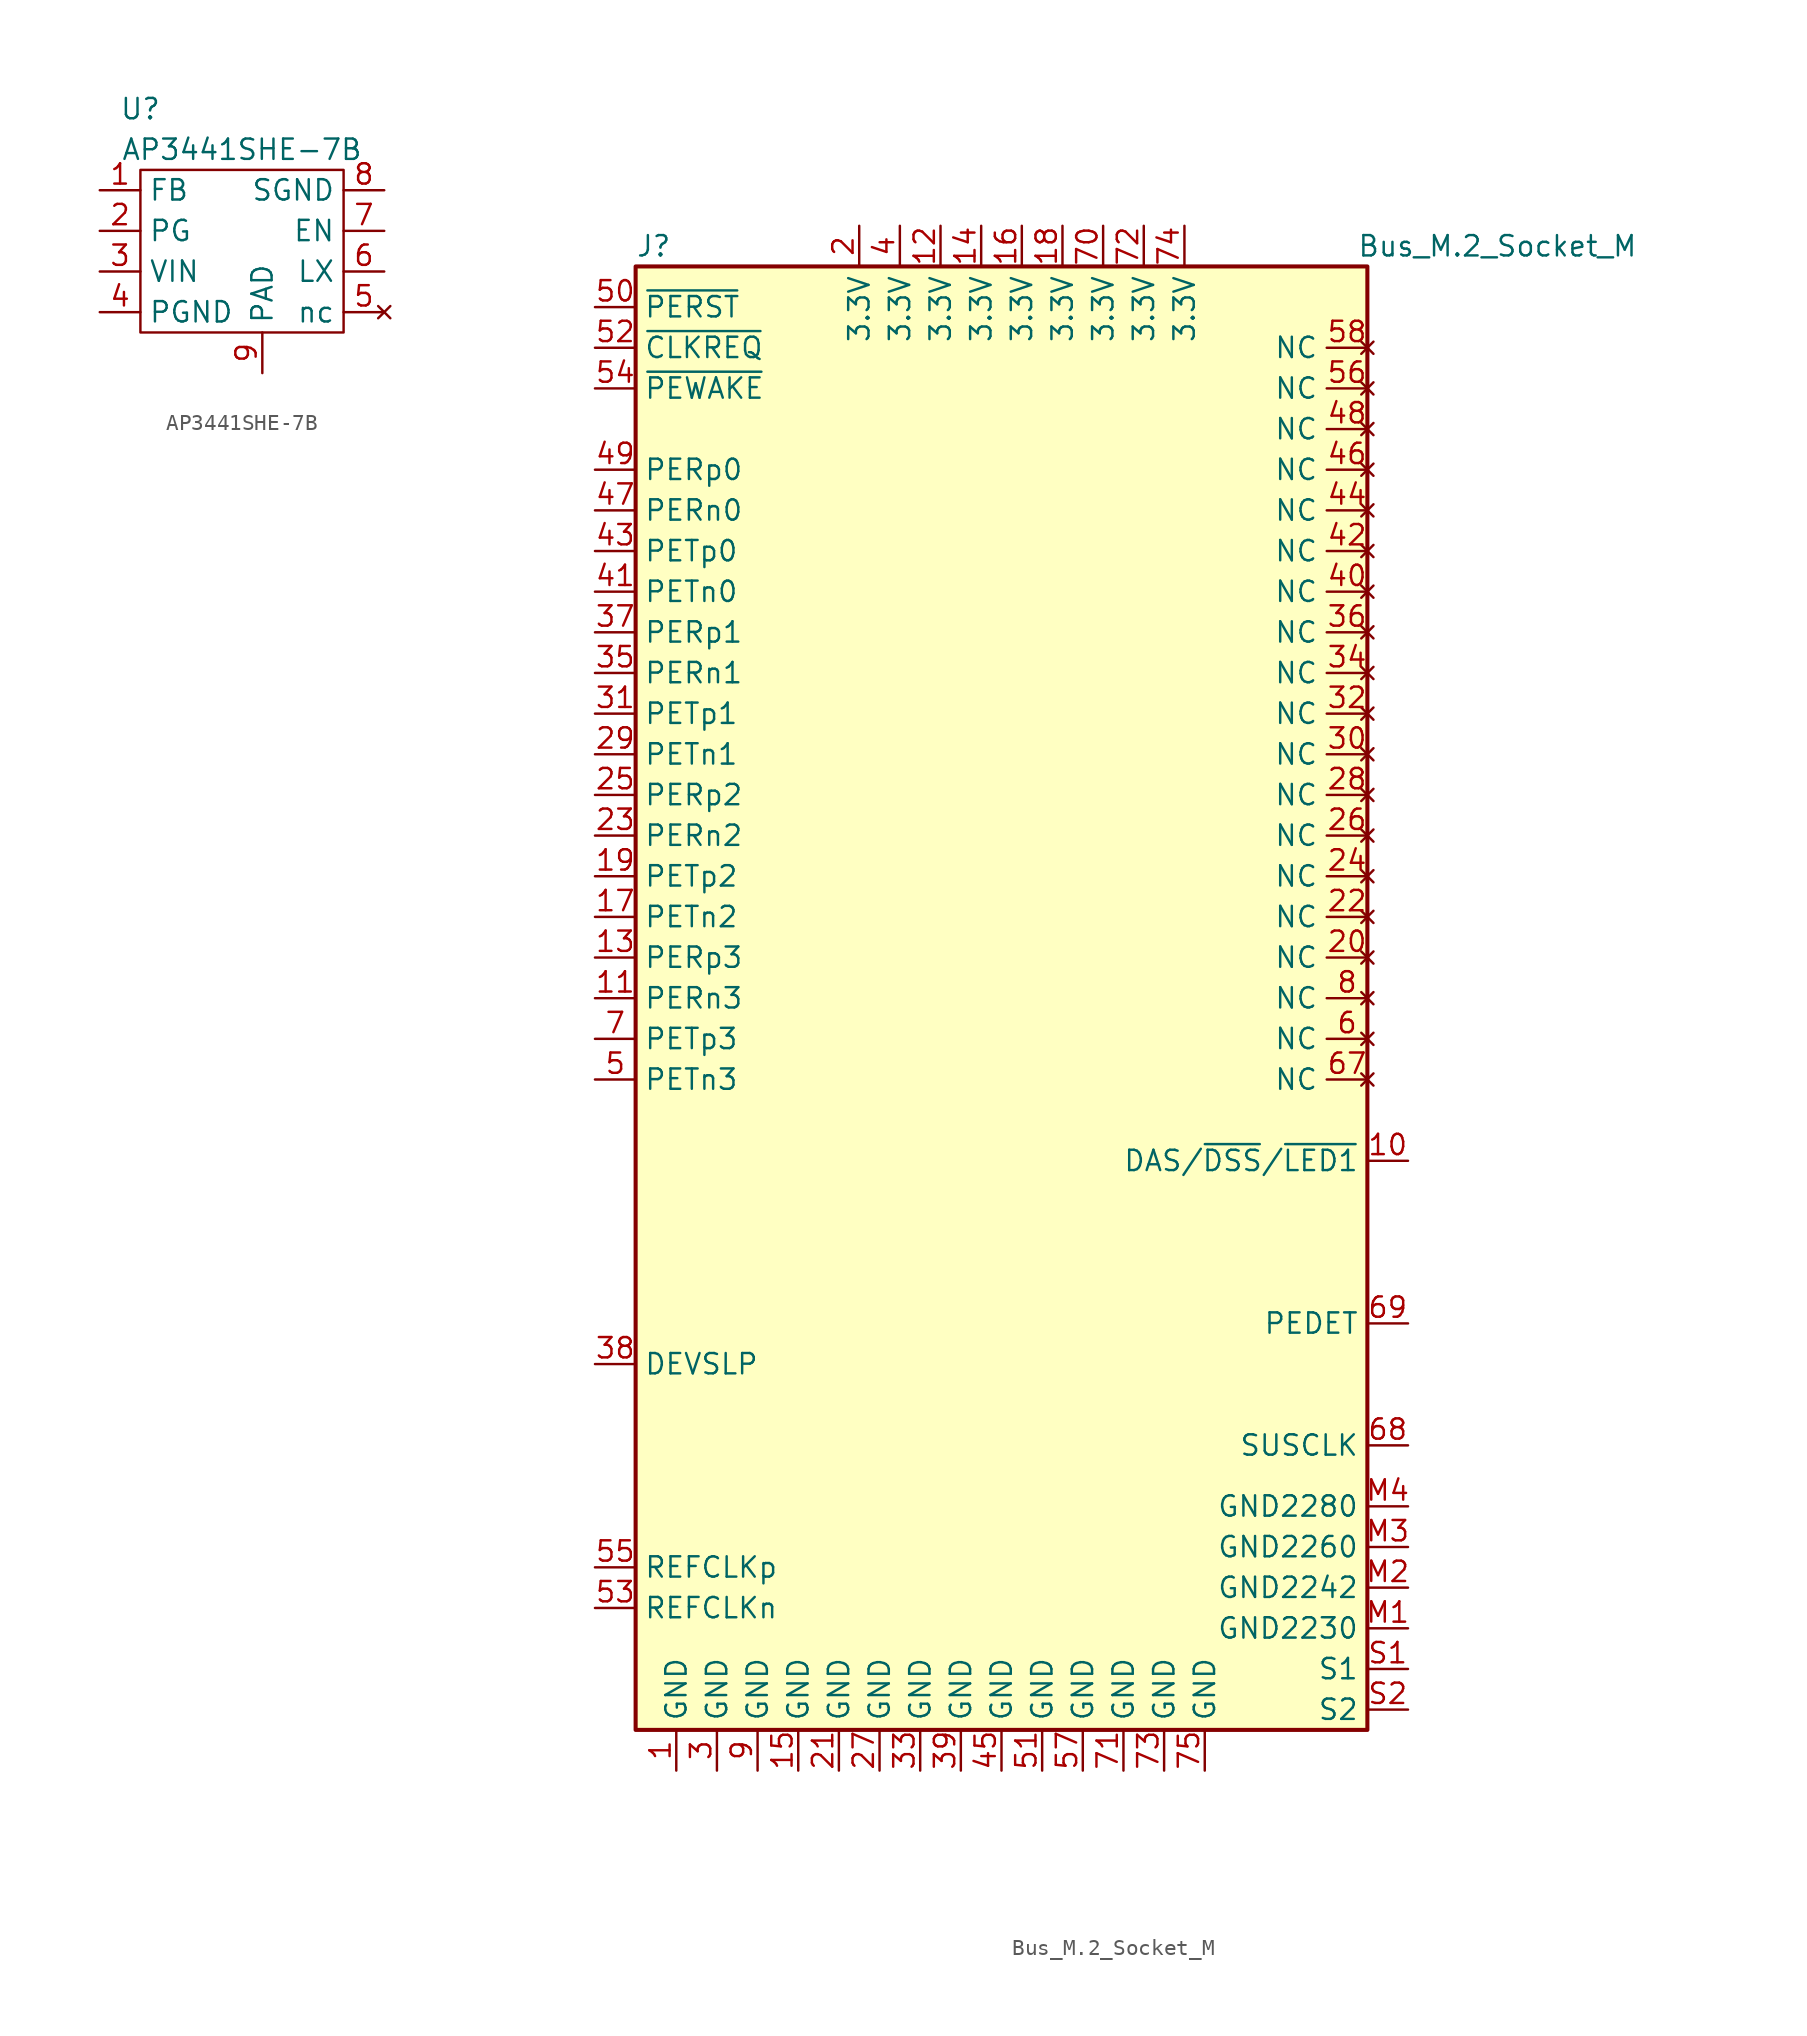
<source format=kicad_sym>
(kicad_symbol_lib
  (version 20241209)
  (generator "kicad_symbol_editor")
  (generator_version "9.0")
  (symbol "AP3441SHE-7B"
    (property "Reference" "U"
      (at -6.35 10.16 0)
      (effects (font (size 1.27 1.27))))
    (property "Value" "AP3441SHE-7B"
      (at 0 7.62 0)
      (effects (font (size 1.27 1.27))))
    (symbol "AP3441SHE-7B_0_1"
      (rectangle (start -6.35 6.35) (end 6.35 -3.81) (stroke (width 0) (type default)) (fill (type none))))
    (symbol "AP3441SHE-7B_1_1"
      (pin passive line (at -8.89 5.08 0) (length 2.54) (name "FB" (effects (font (size 1.27 1.27)))) (number "1" (effects (font (size 1.27 1.27)))))
      (pin open_collector line (at -8.89 2.54 0) (length 2.54) (name "PG" (effects (font (size 1.27 1.27)))) (number "2" (effects (font (size 1.27 1.27)))))
      (pin power_in line (at -8.89 0 0) (length 2.54) (name "VIN" (effects (font (size 1.27 1.27)))) (number "3" (effects (font (size 1.27 1.27)))))
      (pin power_in line (at -8.89 -2.54 0) (length 2.54) (name "PGND" (effects (font (size 1.27 1.27)))) (number "4" (effects (font (size 1.27 1.27)))))
      (pin input line (at 1.27 -6.35 90) (length 2.54) (name "PAD" (effects (font (size 1.27 1.27)))) (number "9" (effects (font (size 1.27 1.27)))))
      (pin power_in line (at 8.89 5.08 180) (length 2.54) (name "SGND" (effects (font (size 1.27 1.27)))) (number "8" (effects (font (size 1.27 1.27)))))
      (pin input line (at 8.89 2.54 180) (length 2.54) (name "EN" (effects (font (size 1.27 1.27)))) (number "7" (effects (font (size 1.27 1.27)))))
      (pin power_out line (at 8.89 0 180) (length 2.54) (name "LX" (effects (font (size 1.27 1.27)))) (number "6" (effects (font (size 1.27 1.27)))))
      (pin no_connect line (at 8.89 -2.54 180) (length 2.54) (name "nc" (effects (font (size 1.27 1.27)))) (number "5" (effects (font (size 1.27 1.27)))))))
  (symbol "Bus_M.2_Socket_M"
    (property "Reference" "J"
      (at -22.86 46.99 0)
      (effects (font (size 1.27 1.27)) (justify left)))
    (property "Value" "Bus_M.2_Socket_M"
      (at 30.988 46.99 0)
      (effects (font (size 1.27 1.27))))
    (symbol "Bus_M.2_Socket_M_0_1"
      (rectangle (start -22.86 45.72) (end 22.86 -45.72) (stroke (width 0.254) (type default)) (fill (type background))))
    (symbol "Bus_M.2_Socket_M_1_1"
      (pin input line (at -25.4 43.18 0) (length 2.54) (name "~{PERST}" (effects (font (size 1.27 1.27)))) (number "50" (effects (font (size 1.27 1.27)))))
      (pin bidirectional line (at -25.4 40.64 0) (length 2.54) (name "~{CLKREQ}" (effects (font (size 1.27 1.27)))) (number "52" (effects (font (size 1.27 1.27)))))
      (pin bidirectional line (at -25.4 38.1 0) (length 2.54) (name "~{PEWAKE}" (effects (font (size 1.27 1.27)))) (number "54" (effects (font (size 1.27 1.27)))))
      (pin input line (at -25.4 33.02 0) (length 2.54) (name "PERp0" (effects (font (size 1.27 1.27)))) (number "49" (effects (font (size 1.27 1.27)))))
      (pin input line (at -25.4 30.48 0) (length 2.54) (name "PERn0" (effects (font (size 1.27 1.27)))) (number "47" (effects (font (size 1.27 1.27)))))
      (pin output line (at -25.4 27.94 0) (length 2.54) (name "PETp0" (effects (font (size 1.27 1.27)))) (number "43" (effects (font (size 1.27 1.27)))))
      (pin output line (at -25.4 25.4 0) (length 2.54) (name "PETn0" (effects (font (size 1.27 1.27)))) (number "41" (effects (font (size 1.27 1.27)))))
      (pin input line (at -25.4 22.86 0) (length 2.54) (name "PERp1" (effects (font (size 1.27 1.27)))) (number "37" (effects (font (size 1.27 1.27)))))
      (pin input line (at -25.4 20.32 0) (length 2.54) (name "PERn1" (effects (font (size 1.27 1.27)))) (number "35" (effects (font (size 1.27 1.27)))))
      (pin output line (at -25.4 17.78 0) (length 2.54) (name "PETp1" (effects (font (size 1.27 1.27)))) (number "31" (effects (font (size 1.27 1.27)))))
      (pin output line (at -25.4 15.24 0) (length 2.54) (name "PETn1" (effects (font (size 1.27 1.27)))) (number "29" (effects (font (size 1.27 1.27)))))
      (pin input line (at -25.4 12.7 0) (length 2.54) (name "PERp2" (effects (font (size 1.27 1.27)))) (number "25" (effects (font (size 1.27 1.27)))))
      (pin input line (at -25.4 10.16 0) (length 2.54) (name "PERn2" (effects (font (size 1.27 1.27)))) (number "23" (effects (font (size 1.27 1.27)))))
      (pin output line (at -25.4 7.62 0) (length 2.54) (name "PETp2" (effects (font (size 1.27 1.27)))) (number "19" (effects (font (size 1.27 1.27)))))
      (pin output line (at -25.4 5.08 0) (length 2.54) (name "PETn2" (effects (font (size 1.27 1.27)))) (number "17" (effects (font (size 1.27 1.27)))))
      (pin input line (at -25.4 2.54 0) (length 2.54) (name "PERp3" (effects (font (size 1.27 1.27)))) (number "13" (effects (font (size 1.27 1.27)))))
      (pin input line (at -25.4 0 0) (length 2.54) (name "PERn3" (effects (font (size 1.27 1.27)))) (number "11" (effects (font (size 1.27 1.27)))))
      (pin output line (at -25.4 -2.54 0) (length 2.54) (name "PETp3" (effects (font (size 1.27 1.27)))) (number "7" (effects (font (size 1.27 1.27)))))
      (pin output line (at -25.4 -5.08 0) (length 2.54) (name "PETn3" (effects (font (size 1.27 1.27)))) (number "5" (effects (font (size 1.27 1.27)))))
      (pin input line (at -25.4 -22.86 0) (length 2.54) (name "DEVSLP" (effects (font (size 1.27 1.27)))) (number "38" (effects (font (size 1.27 1.27)))))
      (pin input line (at -25.4 -35.56 0) (length 2.54) (name "REFCLKp" (effects (font (size 1.27 1.27)))) (number "55" (effects (font (size 1.27 1.27)))))
      (pin input line (at -25.4 -38.1 0) (length 2.54) (name "REFCLKn" (effects (font (size 1.27 1.27)))) (number "53" (effects (font (size 1.27 1.27)))))
      (pin power_in line (at -20.32 -48.26 90) (length 2.54) (name "GND" (effects (font (size 1.27 1.27)))) (number "1" (effects (font (size 1.27 1.27)))))
      (pin power_in line (at -17.78 -48.26 90) (length 2.54) (name "GND" (effects (font (size 1.27 1.27)))) (number "3" (effects (font (size 1.27 1.27)))))
      (pin power_in line (at -15.24 -48.26 90) (length 2.54) (name "GND" (effects (font (size 1.27 1.27)))) (number "9" (effects (font (size 1.27 1.27)))))
      (pin power_in line (at -12.7 -48.26 90) (length 2.54) (name "GND" (effects (font (size 1.27 1.27)))) (number "15" (effects (font (size 1.27 1.27)))))
      (pin power_in line (at -10.16 -48.26 90) (length 2.54) (name "GND" (effects (font (size 1.27 1.27)))) (number "21" (effects (font (size 1.27 1.27)))))
      (pin power_in line (at -8.89 48.26 270) (length 2.54) (name "3.3V" (effects (font (size 1.27 1.27)))) (number "2" (effects (font (size 1.27 1.27)))))
      (pin power_in line (at -7.62 -48.26 90) (length 2.54) (name "GND" (effects (font (size 1.27 1.27)))) (number "27" (effects (font (size 1.27 1.27)))))
      (pin power_in line (at -6.35 48.26 270) (length 2.54) (name "3.3V" (effects (font (size 1.27 1.27)))) (number "4" (effects (font (size 1.27 1.27)))))
      (pin power_in line (at -5.08 -48.26 90) (length 2.54) (name "GND" (effects (font (size 1.27 1.27)))) (number "33" (effects (font (size 1.27 1.27)))))
      (pin power_in line (at -3.81 48.26 270) (length 2.54) (name "3.3V" (effects (font (size 1.27 1.27)))) (number "12" (effects (font (size 1.27 1.27)))))
      (pin power_in line (at -2.54 -48.26 90) (length 2.54) (name "GND" (effects (font (size 1.27 1.27)))) (number "39" (effects (font (size 1.27 1.27)))))
      (pin power_in line (at -1.27 48.26 270) (length 2.54) (name "3.3V" (effects (font (size 1.27 1.27)))) (number "14" (effects (font (size 1.27 1.27)))))
      (pin power_in line (at 0 -48.26 90) (length 2.54) (name "GND" (effects (font (size 1.27 1.27)))) (number "45" (effects (font (size 1.27 1.27)))))
      (pin power_in line (at 1.27 48.26 270) (length 2.54) (name "3.3V" (effects (font (size 1.27 1.27)))) (number "16" (effects (font (size 1.27 1.27)))))
      (pin power_in line (at 2.54 -48.26 90) (length 2.54) (name "GND" (effects (font (size 1.27 1.27)))) (number "51" (effects (font (size 1.27 1.27)))))
      (pin power_in line (at 3.81 48.26 270) (length 2.54) (name "3.3V" (effects (font (size 1.27 1.27)))) (number "18" (effects (font (size 1.27 1.27)))))
      (pin power_in line (at 5.08 -48.26 90) (length 2.54) (name "GND" (effects (font (size 1.27 1.27)))) (number "57" (effects (font (size 1.27 1.27)))))
      (pin power_in line (at 6.35 48.26 270) (length 2.54) (name "3.3V" (effects (font (size 1.27 1.27)))) (number "70" (effects (font (size 1.27 1.27)))))
      (pin power_in line (at 7.62 -48.26 90) (length 2.54) (name "GND" (effects (font (size 1.27 1.27)))) (number "71" (effects (font (size 1.27 1.27)))))
      (pin power_in line (at 8.89 48.26 270) (length 2.54) (name "3.3V" (effects (font (size 1.27 1.27)))) (number "72" (effects (font (size 1.27 1.27)))))
      (pin power_in line (at 10.16 -48.26 90) (length 2.54) (name "GND" (effects (font (size 1.27 1.27)))) (number "73" (effects (font (size 1.27 1.27)))))
      (pin power_in line (at 11.43 48.26 270) (length 2.54) (name "3.3V" (effects (font (size 1.27 1.27)))) (number "74" (effects (font (size 1.27 1.27)))))
      (pin power_in line (at 12.7 -48.26 90) (length 2.54) (name "GND" (effects (font (size 1.27 1.27)))) (number "75" (effects (font (size 1.27 1.27)))))
      (pin no_connect line (at 22.86 40.64 180) (length 2.54) (name "NC" (effects (font (size 1.27 1.27)))) (number "58" (effects (font (size 1.27 1.27)))))
      (pin no_connect line (at 22.86 38.1 180) (length 2.54) (name "NC" (effects (font (size 1.27 1.27)))) (number "56" (effects (font (size 1.27 1.27)))))
      (pin no_connect line (at 22.86 35.56 180) (length 2.54) (name "NC" (effects (font (size 1.27 1.27)))) (number "48" (effects (font (size 1.27 1.27)))))
      (pin no_connect line (at 22.86 33.02 180) (length 2.54) (name "NC" (effects (font (size 1.27 1.27)))) (number "46" (effects (font (size 1.27 1.27)))))
      (pin no_connect line (at 22.86 30.48 180) (length 2.54) (name "NC" (effects (font (size 1.27 1.27)))) (number "44" (effects (font (size 1.27 1.27)))))
      (pin no_connect line (at 22.86 27.94 180) (length 2.54) (name "NC" (effects (font (size 1.27 1.27)))) (number "42" (effects (font (size 1.27 1.27)))))
      (pin no_connect line (at 22.86 25.4 180) (length 2.54) (name "NC" (effects (font (size 1.27 1.27)))) (number "40" (effects (font (size 1.27 1.27)))))
      (pin no_connect line (at 22.86 22.86 180) (length 2.54) (name "NC" (effects (font (size 1.27 1.27)))) (number "36" (effects (font (size 1.27 1.27)))))
      (pin no_connect line (at 22.86 20.32 180) (length 2.54) (name "NC" (effects (font (size 1.27 1.27)))) (number "34" (effects (font (size 1.27 1.27)))))
      (pin no_connect line (at 22.86 17.78 180) (length 2.54) (name "NC" (effects (font (size 1.27 1.27)))) (number "32" (effects (font (size 1.27 1.27)))))
      (pin no_connect line (at 22.86 15.24 180) (length 2.54) (name "NC" (effects (font (size 1.27 1.27)))) (number "30" (effects (font (size 1.27 1.27)))))
      (pin no_connect line (at 22.86 12.7 180) (length 2.54) (name "NC" (effects (font (size 1.27 1.27)))) (number "28" (effects (font (size 1.27 1.27)))))
      (pin no_connect line (at 22.86 10.16 180) (length 2.54) (name "NC" (effects (font (size 1.27 1.27)))) (number "26" (effects (font (size 1.27 1.27)))))
      (pin no_connect line (at 22.86 7.62 180) (length 2.54) (name "NC" (effects (font (size 1.27 1.27)))) (number "24" (effects (font (size 1.27 1.27)))))
      (pin no_connect line (at 22.86 5.08 180) (length 2.54) (name "NC" (effects (font (size 1.27 1.27)))) (number "22" (effects (font (size 1.27 1.27)))))
      (pin no_connect line (at 22.86 2.54 180) (length 2.54) (name "NC" (effects (font (size 1.27 1.27)))) (number "20" (effects (font (size 1.27 1.27)))))
      (pin no_connect line (at 22.86 0 180) (length 2.54) (name "NC" (effects (font (size 1.27 1.27)))) (number "8" (effects (font (size 1.27 1.27)))))
      (pin no_connect line (at 22.86 -2.54 180) (length 2.54) (name "NC" (effects (font (size 1.27 1.27)))) (number "6" (effects (font (size 1.27 1.27)))))
      (pin no_connect line (at 22.86 -5.08 180) (length 2.54) (name "NC" (effects (font (size 1.27 1.27)))) (number "67" (effects (font (size 1.27 1.27)))))
      (pin bidirectional line (at 25.4 -10.16 180) (length 2.54) (name "DAS/~{DSS}/~{LED1}" (effects (font (size 1.27 1.27)))) (number "10" (effects (font (size 1.27 1.27)))))
      (pin passive line (at 25.4 -20.32 180) (length 2.54) (name "PEDET" (effects (font (size 1.27 1.27)))) (number "69" (effects (font (size 1.27 1.27)))))
      (pin input line (at 25.4 -27.94 180) (length 2.54) (name "SUSCLK" (effects (font (size 1.27 1.27)))) (number "68" (effects (font (size 1.27 1.27)))))
      (pin passive line (at 25.4 -31.75 180) (length 2.54) (name "GND2280" (effects (font (size 1.27 1.27)))) (number "M4" (effects (font (size 1.27 1.27)))))
      (pin passive line (at 25.4 -34.29 180) (length 2.54) (name "GND2260" (effects (font (size 1.27 1.27)))) (number "M3" (effects (font (size 1.27 1.27)))))
      (pin passive line (at 25.4 -36.83 180) (length 2.54) (name "GND2242" (effects (font (size 1.27 1.27)))) (number "M2" (effects (font (size 1.27 1.27)))))
      (pin passive line (at 25.4 -39.37 180) (length 2.54) (name "GND2230" (effects (font (size 1.27 1.27)))) (number "M1" (effects (font (size 1.27 1.27)))))
      (pin passive line (at 25.4 -41.91 180) (length 2.54) (name "S1" (effects (font (size 1.27 1.27)))) (number "S1" (effects (font (size 1.27 1.27)))))
      (pin passive line (at 25.4 -44.45 180) (length 2.54) (name "S2" (effects (font (size 1.27 1.27)))) (number "S2" (effects (font (size 1.27 1.27))))))))
</source>
